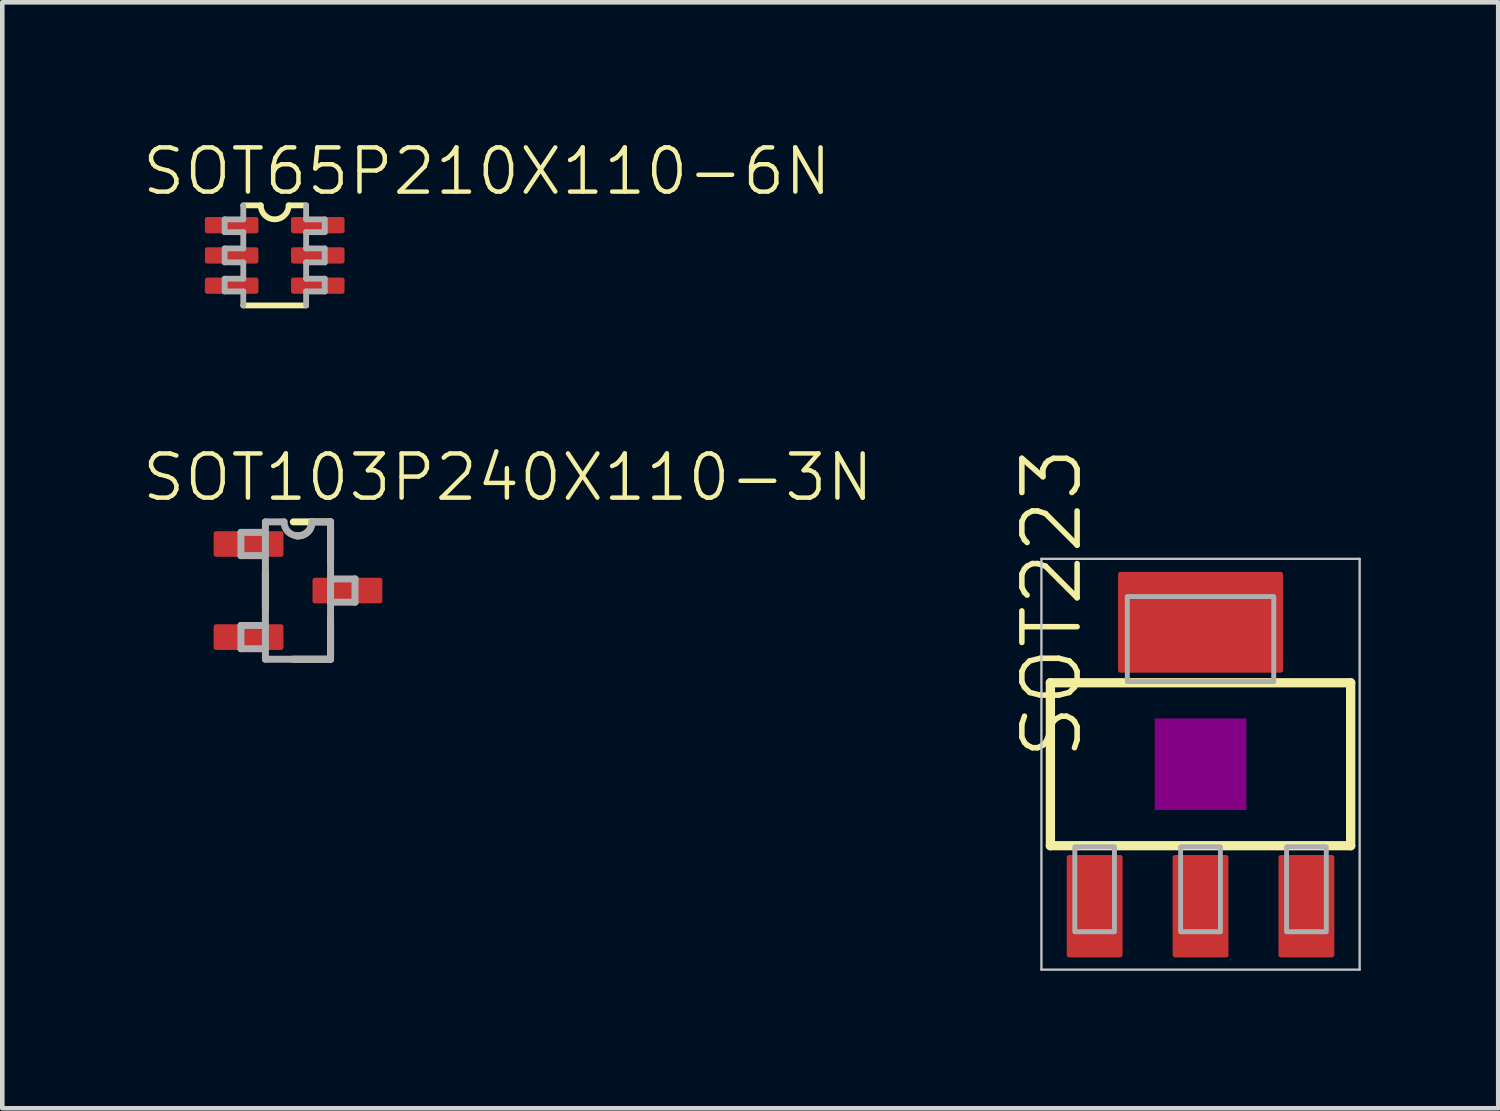
<source format=kicad_pcb>
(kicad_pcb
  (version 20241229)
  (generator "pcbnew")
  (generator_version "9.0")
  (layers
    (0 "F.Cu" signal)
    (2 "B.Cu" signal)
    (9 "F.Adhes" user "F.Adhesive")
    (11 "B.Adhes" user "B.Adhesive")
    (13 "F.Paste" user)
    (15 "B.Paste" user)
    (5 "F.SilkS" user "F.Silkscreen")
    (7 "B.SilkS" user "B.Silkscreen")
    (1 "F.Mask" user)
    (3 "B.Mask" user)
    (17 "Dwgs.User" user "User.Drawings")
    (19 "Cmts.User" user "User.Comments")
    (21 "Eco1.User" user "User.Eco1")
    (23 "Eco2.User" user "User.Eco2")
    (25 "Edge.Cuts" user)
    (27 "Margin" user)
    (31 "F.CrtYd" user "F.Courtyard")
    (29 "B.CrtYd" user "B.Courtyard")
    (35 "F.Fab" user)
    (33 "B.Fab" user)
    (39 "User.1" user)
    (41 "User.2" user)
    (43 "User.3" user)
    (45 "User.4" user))
  (footprint "SOT223"
    (layer "F.Cu")
    (at 23.154 13.631)
    (property "Reference" "SOT223" (at -2.54 -0.051 90) (layer "F.SilkS") (effects (font (size 1.206 1.206) (thickness 0.121)) (justify left bottom)))
    (attr through_hole)
    (fp_line (start -3.277 -1.778) (end 3.277 -1.778) (stroke (width 0.203) (type solid)) (layer "F.SilkS"))
    (fp_line (start -3.277 1.778) (end -3.277 -1.778) (stroke (width 0.203) (type solid)) (layer "F.SilkS"))
    (fp_line (start 3.277 -1.778) (end 3.277 1.778) (stroke (width 0.203) (type solid)) (layer "F.SilkS"))
    (fp_line (start 3.277 1.778) (end -3.277 1.778) (stroke (width 0.203) (type solid)) (layer "F.SilkS"))
    (fp_poly (pts (xy -1 1) (xy 1 1) (xy 1 -1) (xy -1 -1)) (stroke (width 0) (type solid)) (fill yes) (layer "F.Adhes"))
    (fp_line (start -3.473 -4.483) (end 3.473 -4.483) (stroke (width 0.051) (type solid)) (layer "Dwgs.User"))
    (fp_line (start -3.473 4.483) (end -3.473 -4.483) (stroke (width 0.051) (type solid)) (layer "Dwgs.User"))
    (fp_line (start 3.473 -4.483) (end 3.473 4.483) (stroke (width 0.051) (type solid)) (layer "Dwgs.User"))
    (fp_line (start 3.473 4.483) (end -3.473 4.483) (stroke (width 0.051) (type solid)) (layer "Dwgs.User"))
    (fp_poly (pts (xy -2.743 3.658) (xy -1.88 3.658) (xy -1.88 1.803) (xy -2.743 1.803)) (stroke (width 0.1) (type solid)) (fill no) (layer "F.Fab"))
    (fp_poly (pts (xy -2.743 3.658) (xy -1.88 3.658) (xy -1.88 1.803) (xy -2.743 1.803)) (stroke (width 0.1) (type solid)) (fill no) (layer "F.Fab"))
    (fp_poly (pts (xy -1.6 -1.803) (xy 1.6 -1.803) (xy 1.6 -3.658) (xy -1.6 -3.658)) (stroke (width 0.1) (type solid)) (fill no) (layer "F.Fab"))
    (fp_poly (pts (xy -1.6 -1.803) (xy 1.6 -1.803) (xy 1.6 -3.658) (xy -1.6 -3.658)) (stroke (width 0.1) (type solid)) (fill no) (layer "F.Fab"))
    (fp_poly (pts (xy -0.432 3.658) (xy 0.432 3.658) (xy 0.432 1.803) (xy -0.432 1.803)) (stroke (width 0.1) (type solid)) (fill no) (layer "F.Fab"))
    (fp_poly (pts (xy -0.432 3.658) (xy 0.432 3.658) (xy 0.432 1.803) (xy -0.432 1.803)) (stroke (width 0.1) (type solid)) (fill no) (layer "F.Fab"))
    (fp_poly (pts (xy 1.88 3.658) (xy 2.743 3.658) (xy 2.743 1.803) (xy 1.88 1.803)) (stroke (width 0.1) (type solid)) (fill no) (layer "F.Fab"))
    (fp_poly (pts (xy 1.88 3.658) (xy 2.743 3.658) (xy 2.743 1.803) (xy 1.88 1.803)) (stroke (width 0.1) (type solid)) (fill no) (layer "F.Fab"))
    (pad "1" smd roundrect (at -2.311 3.099) (size 1.219 2.235) (layers "F.Cu" "F.Mask" "F.Paste") (roundrect_rratio 0.042))
    (pad "2" smd roundrect (at 0 3.099) (size 1.219 2.235) (layers "F.Cu" "F.Mask" "F.Paste") (roundrect_rratio 0.042))
    (pad "3" smd roundrect (at 2.311 3.099) (size 1.219 2.235) (layers "F.Cu" "F.Mask" "F.Paste") (roundrect_rratio 0.042))
    (pad "4" smd roundrect (at 0 -3.099) (size 3.6 2.2) (layers "F.Cu" "F.Mask" "F.Paste") (roundrect_rratio 0.023)))
  (footprint "SOT65P210X110-6N"
    (layer "F.Cu")
    (at 2.946 2.525)
    (property "Reference" "SOT65P210X110-6N" (at -2.946 -1.27 180) (layer "F.SilkS") (effects (font (size 0.965 0.965) (thickness 0.097)) (justify left bottom)))
    (attr through_hole)
    (fp_line (start -0.686 1.092) (end 0.686 1.092) (stroke (width 0.127) (type solid)) (layer "F.SilkS"))
    (fp_line (start -0.305 -1.092) (end -0.686 -1.092) (stroke (width 0.127) (type solid)) (layer "F.SilkS"))
    (fp_line (start 0.686 -1.092) (end 0.305 -1.092) (stroke (width 0.127) (type solid)) (layer "F.SilkS"))
    (fp_arc (start 0.3048 -1.0922) (mid 0 -0.7874) (end -0.3048 -1.0922) (stroke (width 0.127) (type solid)) (layer "F.SilkS"))
    (fp_line (start -1.092 -0.787) (end -1.092 -0.508) (stroke (width 0.127) (type solid)) (layer "F.Fab"))
    (fp_line (start -1.092 -0.508) (end -0.686 -0.508) (stroke (width 0.127) (type solid)) (layer "F.Fab"))
    (fp_line (start -1.092 -0.152) (end -1.092 0.152) (stroke (width 0.127) (type solid)) (layer "F.Fab"))
    (fp_line (start -1.092 0.152) (end -0.686 0.152) (stroke (width 0.127) (type solid)) (layer "F.Fab"))
    (fp_line (start -1.092 0.508) (end -1.092 0.787) (stroke (width 0.127) (type solid)) (layer "F.Fab"))
    (fp_line (start -1.092 0.787) (end -0.686 0.787) (stroke (width 0.127) (type solid)) (layer "F.Fab"))
    (fp_line (start -0.686 -1.092) (end -0.686 -0.787) (stroke (width 0.127) (type solid)) (layer "F.Fab"))
    (fp_line (start -0.686 -0.787) (end -1.092 -0.787) (stroke (width 0.127) (type solid)) (layer "F.Fab"))
    (fp_line (start -0.686 -0.508) (end -0.686 -0.152) (stroke (width 0.127) (type solid)) (layer "F.Fab"))
    (fp_line (start -0.686 -0.152) (end -1.092 -0.152) (stroke (width 0.127) (type solid)) (layer "F.Fab"))
    (fp_line (start -0.686 0.152) (end -0.686 0.508) (stroke (width 0.127) (type solid)) (layer "F.Fab"))
    (fp_line (start -0.686 0.508) (end -1.092 0.508) (stroke (width 0.127) (type solid)) (layer "F.Fab"))
    (fp_line (start -0.686 0.787) (end -0.686 1.092) (stroke (width 0.127) (type solid)) (layer "F.Fab"))
    (fp_line (start 0.686 -0.787) (end 0.686 -1.092) (stroke (width 0.127) (type solid)) (layer "F.Fab"))
    (fp_line (start 0.686 -0.508) (end 1.092 -0.508) (stroke (width 0.127) (type solid)) (layer "F.Fab"))
    (fp_line (start 0.686 -0.152) (end 0.686 -0.508) (stroke (width 0.127) (type solid)) (layer "F.Fab"))
    (fp_line (start 0.686 0.152) (end 1.092 0.152) (stroke (width 0.127) (type solid)) (layer "F.Fab"))
    (fp_line (start 0.686 0.508) (end 0.686 0.152) (stroke (width 0.127) (type solid)) (layer "F.Fab"))
    (fp_line (start 0.686 0.787) (end 1.092 0.787) (stroke (width 0.127) (type solid)) (layer "F.Fab"))
    (fp_line (start 0.686 1.092) (end 0.686 0.787) (stroke (width 0.127) (type solid)) (layer "F.Fab"))
    (fp_line (start 1.092 -0.787) (end 0.686 -0.787) (stroke (width 0.127) (type solid)) (layer "F.Fab"))
    (fp_line (start 1.092 -0.508) (end 1.092 -0.787) (stroke (width 0.127) (type solid)) (layer "F.Fab"))
    (fp_line (start 1.092 -0.152) (end 0.686 -0.152) (stroke (width 0.127) (type solid)) (layer "F.Fab"))
    (fp_line (start 1.092 0.152) (end 1.092 -0.152) (stroke (width 0.127) (type solid)) (layer "F.Fab"))
    (fp_line (start 1.092 0.508) (end 0.686 0.508) (stroke (width 0.127) (type solid)) (layer "F.Fab"))
    (fp_line (start 1.092 0.787) (end 1.092 0.508) (stroke (width 0.127) (type solid)) (layer "F.Fab"))
    (pad "1" smd roundrect (at -0.94 -0.66) (size 1.168 0.356) (layers "F.Cu" "F.Mask" "F.Paste") (roundrect_rratio 0.143))
    (pad "2" smd roundrect (at -0.94 0) (size 1.168 0.356) (layers "F.Cu" "F.Mask" "F.Paste") (roundrect_rratio 0.143))
    (pad "3" smd roundrect (at -0.94 0.66) (size 1.168 0.356) (layers "F.Cu" "F.Mask" "F.Paste") (roundrect_rratio 0.143))
    (pad "4" smd roundrect (at 0.94 0.66) (size 1.168 0.356) (layers "F.Cu" "F.Mask" "F.Paste") (roundrect_rratio 0.143))
    (pad "5" smd roundrect (at 0.94 0) (size 1.168 0.356) (layers "F.Cu" "F.Mask" "F.Paste") (roundrect_rratio 0.143))
    (pad "6" smd roundrect (at 0.94 -0.66) (size 1.168 0.356) (layers "F.Cu" "F.Mask" "F.Paste") (roundrect_rratio 0.143)))
  (footprint "SOT103P240X110-3N"
    (layer "F.Cu")
    (at 3.454 9.84)
    (property "Reference" "SOT103P240X110-3N" (at -3.454 -1.905 180) (layer "F.SilkS") (effects (font (size 0.965 0.965) (thickness 0.097)) (justify left bottom)))
    (attr through_hole)
    (fp_line (start -0.711 -0.406) (end -0.711 0.406) (stroke (width 0.152) (type solid)) (layer "F.SilkS"))
    (fp_line (start -0.102 1.499) (end 0.711 1.499) (stroke (width 0.152) (type solid)) (layer "F.SilkS"))
    (fp_line (start 0.305 -1.499) (end -0.102 -1.499) (stroke (width 0.152) (type solid)) (layer "F.SilkS"))
    (fp_line (start 0.711 -1.499) (end 0.305 -1.499) (stroke (width 0.152) (type solid)) (layer "F.SilkS"))
    (fp_line (start 0.711 -0.61) (end 0.711 -1.499) (stroke (width 0.152) (type solid)) (layer "F.SilkS"))
    (fp_line (start 0.711 1.499) (end 0.711 0.61) (stroke (width 0.152) (type solid)) (layer "F.SilkS"))
    (fp_arc (start 0.3048 -1.4986) (mid 0.206758 -1.273554) (end -0.0254 -1.1938) (stroke (width 0.1524) (type solid)) (layer "F.SilkS"))
    (fp_line (start -1.245 -1.27) (end -1.245 -0.762) (stroke (width 0.152) (type solid)) (layer "F.Fab"))
    (fp_line (start -1.245 -0.762) (end -0.711 -0.762) (stroke (width 0.152) (type solid)) (layer "F.Fab"))
    (fp_line (start -1.245 0.762) (end -1.245 1.27) (stroke (width 0.152) (type solid)) (layer "F.Fab"))
    (fp_line (start -1.245 1.27) (end -0.711 1.27) (stroke (width 0.152) (type solid)) (layer "F.Fab"))
    (fp_line (start -0.711 -1.499) (end -0.711 -1.27) (stroke (width 0.152) (type solid)) (layer "F.Fab"))
    (fp_line (start -0.711 -1.27) (end -1.245 -1.27) (stroke (width 0.152) (type solid)) (layer "F.Fab"))
    (fp_line (start -0.711 -1.27) (end -0.711 -0.762) (stroke (width 0.152) (type solid)) (layer "F.Fab"))
    (fp_line (start -0.711 -0.762) (end -0.711 0.762) (stroke (width 0.152) (type solid)) (layer "F.Fab"))
    (fp_line (start -0.711 0.762) (end -1.245 0.762) (stroke (width 0.152) (type solid)) (layer "F.Fab"))
    (fp_line (start -0.711 1.27) (end -0.711 0.762) (stroke (width 0.152) (type solid)) (layer "F.Fab"))
    (fp_line (start -0.711 1.499) (end -0.711 1.27) (stroke (width 0.152) (type solid)) (layer "F.Fab"))
    (fp_line (start -0.711 1.499) (end 0.711 1.499) (stroke (width 0.152) (type solid)) (layer "F.Fab"))
    (fp_line (start -0.305 -1.499) (end -0.711 -1.499) (stroke (width 0.152) (type solid)) (layer "F.Fab"))
    (fp_line (start 0.711 -1.499) (end 0.305 -1.499) (stroke (width 0.152) (type solid)) (layer "F.Fab"))
    (fp_line (start 0.711 -0.254) (end 0.711 -1.499) (stroke (width 0.152) (type solid)) (layer "F.Fab"))
    (fp_line (start 0.711 0.254) (end 0.711 -0.254) (stroke (width 0.152) (type solid)) (layer "F.Fab"))
    (fp_line (start 0.711 0.254) (end 1.245 0.254) (stroke (width 0.152) (type solid)) (layer "F.Fab"))
    (fp_line (start 0.711 1.499) (end 0.711 0.254) (stroke (width 0.152) (type solid)) (layer "F.Fab"))
    (fp_line (start 1.245 -0.254) (end 0.711 -0.254) (stroke (width 0.152) (type solid)) (layer "F.Fab"))
    (fp_line (start 1.245 0.254) (end 1.245 -0.254) (stroke (width 0.152) (type solid)) (layer "F.Fab"))
    (fp_arc (start 0.3048 -1.4986) (mid 0 -1.1938) (end -0.3048 -1.4986) (stroke (width 0.1524) (type solid)) (layer "F.Fab"))
    (pad "1" smd roundrect (at -1.079 -1.016) (size 1.524 0.559) (layers "F.Cu" "F.Mask" "F.Paste") (roundrect_rratio 0.091))
    (pad "2" smd roundrect (at -1.079 1.016) (size 1.524 0.559) (layers "F.Cu" "F.Mask" "F.Paste") (roundrect_rratio 0.091))
    (pad "3" smd roundrect (at 1.079 0) (size 1.524 0.559) (layers "F.Cu" "F.Mask" "F.Paste") (roundrect_rratio 0.091)))
  (gr_rect
    (start -3 -3)
    (end 29.652 21.14)
    (stroke (width 0.1) (type default))
    (fill no)
    (layer "Edge.Cuts")))
</source>
